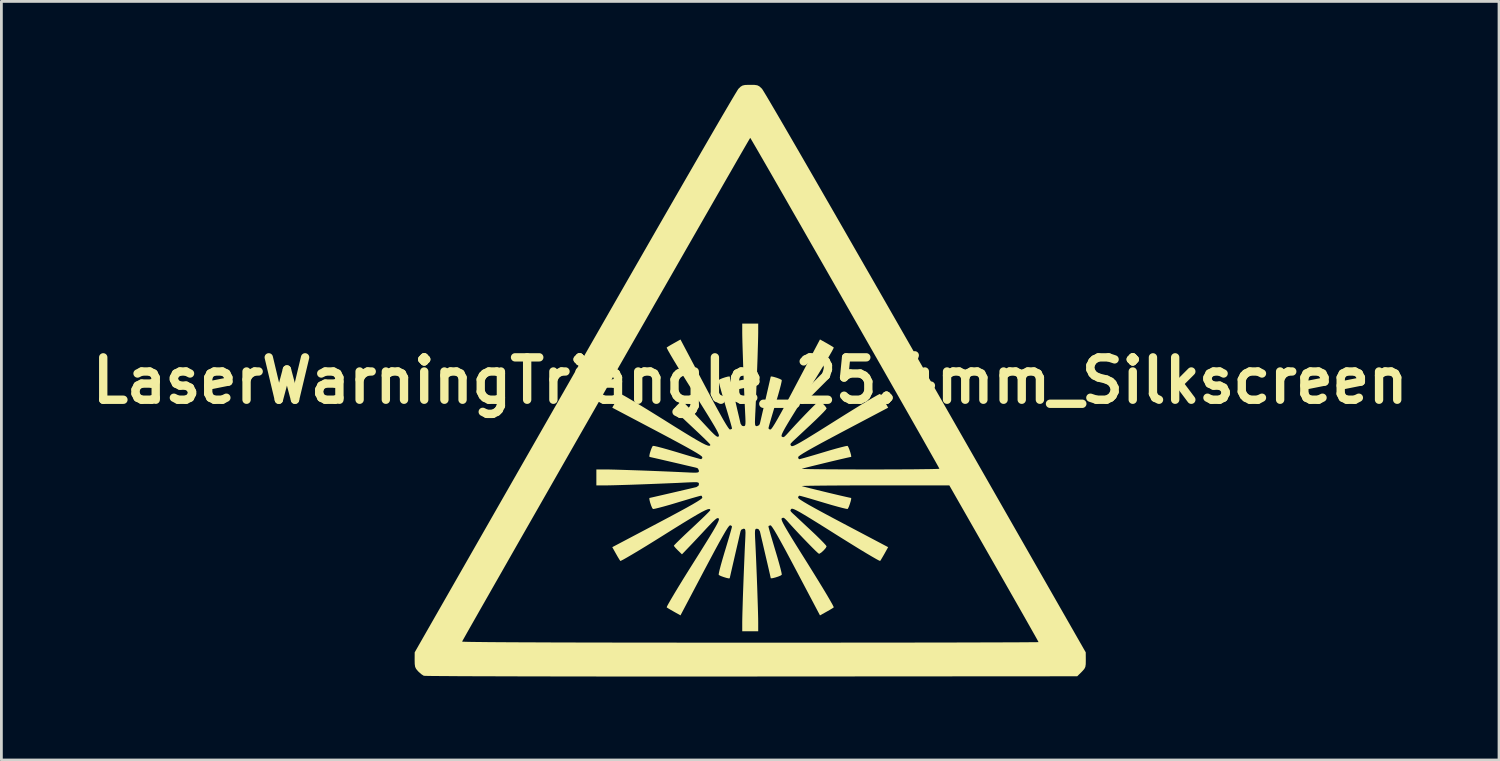
<source format=kicad_pcb>
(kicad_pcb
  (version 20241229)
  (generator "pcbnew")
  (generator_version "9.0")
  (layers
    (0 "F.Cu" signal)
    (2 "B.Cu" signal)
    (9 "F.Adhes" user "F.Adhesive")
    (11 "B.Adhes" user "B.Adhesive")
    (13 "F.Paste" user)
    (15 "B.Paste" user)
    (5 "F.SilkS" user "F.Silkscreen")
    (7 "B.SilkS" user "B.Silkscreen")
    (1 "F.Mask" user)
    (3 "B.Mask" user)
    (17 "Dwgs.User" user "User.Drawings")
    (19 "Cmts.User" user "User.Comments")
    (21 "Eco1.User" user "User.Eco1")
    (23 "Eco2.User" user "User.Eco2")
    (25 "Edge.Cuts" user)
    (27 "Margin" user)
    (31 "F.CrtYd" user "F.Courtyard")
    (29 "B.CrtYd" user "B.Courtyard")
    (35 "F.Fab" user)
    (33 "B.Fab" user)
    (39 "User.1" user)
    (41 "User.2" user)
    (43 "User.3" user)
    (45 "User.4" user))
  (footprint "LaserWarningTriangle_25.4mm_Silkscreen"
    (layer "F.Cu")
    (at 23.92 10.631)
    (property "Reference" "LaserWarningTriangle_25.4mm_Silkscreen" (at 0 0 0) (layer "F.SilkS") (effects (font (size 1.524 1.524) (thickness 0.3))))
    (attr exclude_from_pos_files exclude_from_bom)
    (fp_poly (pts (xy 0.153 -10.629) (xy 0.252 -10.615) (xy 0.325 -10.58) (xy 0.397 -10.515) (xy 0.424 -10.488) (xy 0.456 -10.44) (xy 0.527 -10.324) (xy 0.636 -10.142) (xy 0.78 -9.897) (xy 0.959 -9.592) (xy 1.17 -9.23) (xy 1.413 -8.812) (xy 1.685 -8.343) (xy 1.985 -7.824) (xy 2.312 -7.258) (xy 2.663 -6.649) (xy 3.038 -5.998) (xy 3.434 -5.309) (xy 3.85 -4.584) (xy 4.286 -3.826) (xy 4.738 -3.038) (xy 5.205 -2.222) (xy 5.686 -1.382) (xy 6.18 -0.519) (xy 6.312 -0.287) (xy 12.062 9.771) (xy 12.064 10.047) (xy 12.062 10.197) (xy 12.047 10.295) (xy 12.009 10.37) (xy 11.937 10.451) (xy 11.911 10.477) (xy 11.756 10.631) (xy 0.051 10.639) (xy -0.924 10.639) (xy -1.878 10.64) (xy -2.808 10.64) (xy -3.71 10.64) (xy -4.581 10.639) (xy -5.419 10.639) (xy -6.219 10.638) (xy -6.978 10.637) (xy -7.694 10.635) (xy -8.362 10.634) (xy -8.98 10.632) (xy -9.545 10.631) (xy -10.052 10.629) (xy -10.499 10.627) (xy -10.883 10.624) (xy -11.2 10.622) (xy -11.447 10.62) (xy -11.62 10.617) (xy -11.717 10.614) (xy -11.737 10.612) (xy -11.817 10.561) (xy -11.914 10.477) (xy -11.942 10.448) (xy -12.009 10.37) (xy -12.046 10.293) (xy -12.061 10.191) (xy -12.064 10.045) (xy -12.062 9.771) (xy -11.841 9.383) (xy -10.358 9.383) (xy -10.319 9.388) (xy -10.199 9.392) (xy -10 9.396) (xy -9.723 9.399) (xy -9.37 9.403) (xy -8.941 9.406) (xy -8.438 9.409) (xy -7.863 9.411) (xy -7.217 9.414) (xy -6.501 9.416) (xy -5.716 9.418) (xy -4.864 9.419) (xy -3.946 9.421) (xy -2.964 9.421) (xy -1.919 9.422) (xy -0.812 9.423) (xy -0.003 9.423) (xy 0.912 9.422) (xy 1.807 9.422) (xy 2.676 9.422) (xy 3.516 9.421) (xy 4.325 9.421) (xy 5.098 9.42) (xy 5.832 9.419) (xy 6.524 9.418) (xy 7.17 9.417) (xy 7.767 9.416) (xy 8.311 9.414) (xy 8.799 9.413) (xy 9.227 9.411) (xy 9.593 9.41) (xy 9.892 9.408) (xy 10.121 9.406) (xy 10.276 9.405) (xy 10.355 9.403) (xy 10.365 9.402) (xy 10.345 9.364) (xy 10.288 9.26) (xy 10.196 9.097) (xy 10.072 8.878) (xy 9.92 8.609) (xy 9.743 8.297) (xy 9.543 7.946) (xy 9.324 7.562) (xy 9.089 7.15) (xy 8.841 6.715) (xy 8.761 6.575) (xy 7.158 3.769) (xy 4.494 3.769) (xy 4.036 3.769) (xy 3.603 3.77) (xy 3.203 3.772) (xy 2.842 3.774) (xy 2.527 3.777) (xy 2.264 3.78) (xy 2.06 3.783) (xy 1.922 3.787) (xy 1.857 3.791) (xy 1.853 3.792) (xy 1.895 3.805) (xy 2.003 3.834) (xy 2.162 3.874) (xy 2.36 3.923) (xy 2.581 3.977) (xy 2.811 4.033) (xy 3.038 4.087) (xy 3.246 4.136) (xy 3.422 4.176) (xy 3.551 4.205) (xy 3.621 4.219) (xy 3.627 4.22) (xy 3.631 4.253) (xy 3.613 4.335) (xy 3.581 4.439) (xy 3.545 4.538) (xy 3.512 4.603) (xy 3.5 4.616) (xy 3.448 4.61) (xy 3.33 4.583) (xy 3.158 4.538) (xy 2.945 4.479) (xy 2.704 4.408) (xy 2.63 4.386) (xy 2.382 4.312) (xy 2.161 4.246) (xy 1.977 4.193) (xy 1.843 4.156) (xy 1.772 4.139) (xy 1.765 4.138) (xy 1.728 4.171) (xy 1.721 4.209) (xy 1.743 4.24) (xy 1.812 4.291) (xy 1.931 4.366) (xy 2.104 4.468) (xy 2.336 4.597) (xy 2.63 4.757) (xy 2.989 4.949) (xy 3.34 5.135) (xy 4.958 5.989) (xy 4.829 6.221) (xy 4.757 6.346) (xy 4.7 6.442) (xy 4.671 6.485) (xy 4.631 6.47) (xy 4.53 6.416) (xy 4.374 6.326) (xy 4.169 6.205) (xy 3.924 6.057) (xy 3.646 5.885) (xy 3.34 5.695) (xy 3.089 5.538) (xy 2.715 5.302) (xy 2.404 5.108) (xy 2.15 4.951) (xy 1.947 4.828) (xy 1.789 4.735) (xy 1.671 4.671) (xy 1.586 4.63) (xy 1.529 4.61) (xy 1.493 4.607) (xy 1.476 4.615) (xy 1.443 4.66) (xy 1.462 4.709) (xy 1.517 4.766) (xy 1.579 4.823) (xy 1.689 4.926) (xy 1.836 5.063) (xy 2.008 5.224) (xy 2.182 5.386) (xy 2.359 5.553) (xy 2.513 5.704) (xy 2.635 5.828) (xy 2.715 5.916) (xy 2.745 5.959) (xy 2.745 5.959) (xy 2.716 6.018) (xy 2.646 6.099) (xy 2.563 6.176) (xy 2.491 6.223) (xy 2.473 6.227) (xy 2.434 6.199) (xy 2.349 6.12) (xy 2.228 6) (xy 2.081 5.85) (xy 1.916 5.68) (xy 1.743 5.498) (xy 1.573 5.316) (xy 1.414 5.143) (xy 1.323 5.04) (xy 1.24 4.956) (xy 1.185 4.928) (xy 1.138 4.948) (xy 1.135 4.95) (xy 1.125 4.97) (xy 1.13 5.006) (xy 1.151 5.065) (xy 1.194 5.153) (xy 1.262 5.275) (xy 1.357 5.437) (xy 1.483 5.646) (xy 1.644 5.906) (xy 1.843 6.224) (xy 2.055 6.562) (xy 2.256 6.885) (xy 2.442 7.186) (xy 2.609 7.459) (xy 2.752 7.697) (xy 2.866 7.892) (xy 2.949 8.038) (xy 2.995 8.128) (xy 3.003 8.154) (xy 2.952 8.189) (xy 2.852 8.249) (xy 2.739 8.313) (xy 2.508 8.442) (xy 1.653 6.823) (xy 1.432 6.406) (xy 1.246 6.058) (xy 1.091 5.776) (xy 0.967 5.554) (xy 0.871 5.391) (xy 0.799 5.28) (xy 0.752 5.219) (xy 0.727 5.203) (xy 0.666 5.224) (xy 0.655 5.248) (xy 0.667 5.299) (xy 0.699 5.416) (xy 0.748 5.587) (xy 0.811 5.799) (xy 0.883 6.041) (xy 0.904 6.111) (xy 0.978 6.359) (xy 1.041 6.581) (xy 1.091 6.766) (xy 1.123 6.9) (xy 1.135 6.973) (xy 1.134 6.98) (xy 1.093 7.01) (xy 1.007 7.046) (xy 0.902 7.08) (xy 0.806 7.104) (xy 0.746 7.109) (xy 0.737 7.102) (xy 0.729 7.06) (xy 0.704 6.95) (xy 0.666 6.784) (xy 0.618 6.576) (xy 0.562 6.338) (xy 0.553 6.299) (xy 0.495 6.05) (xy 0.443 5.824) (xy 0.398 5.635) (xy 0.366 5.496) (xy 0.348 5.421) (xy 0.348 5.418) (xy 0.297 5.341) (xy 0.243 5.326) (xy 0.207 5.33) (xy 0.185 5.35) (xy 0.173 5.401) (xy 0.17 5.496) (xy 0.175 5.649) (xy 0.183 5.807) (xy 0.196 6.082) (xy 0.21 6.395) (xy 0.224 6.733) (xy 0.238 7.083) (xy 0.251 7.432) (xy 0.262 7.766) (xy 0.272 8.071) (xy 0.28 8.336) (xy 0.285 8.545) (xy 0.287 8.687) (xy 0.287 8.69) (xy 0.287 9.013) (xy -0.287 9.013) (xy -0.287 8.69) (xy -0.285 8.551) (xy -0.28 8.343) (xy -0.272 8.08) (xy -0.263 7.776) (xy -0.251 7.443) (xy -0.238 7.094) (xy -0.224 6.744) (xy -0.21 6.405) (xy -0.197 6.091) (xy -0.184 5.815) (xy -0.183 5.807) (xy -0.174 5.603) (xy -0.17 5.466) (xy -0.175 5.384) (xy -0.189 5.342) (xy -0.215 5.328) (xy -0.243 5.326) (xy -0.321 5.361) (xy -0.348 5.418) (xy -0.389 5.593) (xy -0.437 5.802) (xy -0.491 6.033) (xy -0.546 6.271) (xy -0.599 6.502) (xy -0.648 6.714) (xy -0.689 6.893) (xy -0.719 7.026) (xy -0.736 7.098) (xy -0.737 7.107) (xy -0.771 7.112) (xy -0.853 7.095) (xy -0.957 7.063) (xy -1.055 7.027) (xy -1.122 6.993) (xy -1.134 6.98) (xy -1.128 6.927) (xy -1.102 6.809) (xy -1.057 6.637) (xy -0.997 6.424) (xy -0.926 6.182) (xy -0.904 6.111) (xy -0.83 5.864) (xy -0.764 5.643) (xy -0.711 5.459) (xy -0.674 5.326) (xy -0.656 5.255) (xy -0.655 5.248) (xy -0.689 5.21) (xy -0.727 5.204) (xy -0.757 5.226) (xy -0.809 5.294) (xy -0.884 5.413) (xy -0.985 5.587) (xy -1.115 5.818) (xy -1.275 6.112) (xy -1.467 6.472) (xy -1.653 6.822) (xy -2.507 8.441) (xy -2.739 8.311) (xy -2.863 8.24) (xy -2.96 8.182) (xy -3.003 8.153) (xy -2.989 8.113) (xy -2.934 8.012) (xy -2.844 7.855) (xy -2.723 7.651) (xy -2.575 7.406) (xy -2.404 7.127) (xy -2.214 6.822) (xy -2.056 6.571) (xy -1.82 6.196) (xy -1.625 5.884) (xy -1.467 5.629) (xy -1.344 5.426) (xy -1.252 5.268) (xy -1.187 5.149) (xy -1.147 5.065) (xy -1.127 5.008) (xy -1.125 4.973) (xy -1.132 4.959) (xy -1.161 4.943) (xy -1.203 4.954) (xy -1.266 5.002) (xy -1.361 5.092) (xy -1.497 5.234) (xy -1.566 5.307) (xy -1.735 5.489) (xy -1.912 5.678) (xy -2.075 5.851) (xy -2.199 5.981) (xy -2.454 6.247) (xy -2.599 6.106) (xy -2.683 6.019) (xy -2.736 5.955) (xy -2.745 5.937) (xy -2.716 5.902) (xy -2.636 5.82) (xy -2.512 5.699) (xy -2.355 5.548) (xy -2.172 5.376) (xy -2.09 5.3) (xy -1.899 5.12) (xy -1.729 4.959) (xy -1.59 4.824) (xy -1.491 4.724) (xy -1.44 4.667) (xy -1.435 4.659) (xy -1.443 4.628) (xy -1.473 4.617) (xy -1.531 4.628) (xy -1.621 4.665) (xy -1.748 4.729) (xy -1.918 4.825) (xy -2.137 4.954) (xy -2.409 5.119) (xy -2.74 5.324) (xy -3.099 5.549) (xy -3.419 5.749) (xy -3.718 5.934) (xy -3.989 6.099) (xy -4.225 6.24) (xy -4.418 6.353) (xy -4.561 6.434) (xy -4.647 6.478) (xy -4.67 6.485) (xy -4.704 6.434) (xy -4.764 6.335) (xy -4.829 6.221) (xy -4.959 5.989) (xy -3.34 5.135) (xy -2.923 4.914) (xy -2.576 4.728) (xy -2.293 4.574) (xy -2.072 4.45) (xy -1.909 4.353) (xy -1.798 4.282) (xy -1.737 4.234) (xy -1.721 4.209) (xy -1.741 4.149) (xy -1.764 4.138) (xy -1.815 4.149) (xy -1.932 4.181) (xy -2.103 4.23) (xy -2.314 4.293) (xy -2.556 4.365) (xy -2.627 4.387) (xy -2.874 4.461) (xy -3.097 4.524) (xy -3.282 4.573) (xy -3.417 4.606) (xy -3.489 4.618) (xy -3.497 4.617) (xy -3.527 4.576) (xy -3.564 4.489) (xy -3.598 4.385) (xy -3.622 4.289) (xy -3.627 4.228) (xy -3.62 4.22) (xy -3.577 4.211) (xy -3.467 4.186) (xy -3.302 4.148) (xy -3.094 4.1) (xy -2.856 4.045) (xy -2.816 4.036) (xy -2.568 3.978) (xy -2.342 3.925) (xy -2.152 3.881) (xy -2.014 3.848) (xy -1.939 3.831) (xy -1.936 3.83) (xy -1.858 3.78) (xy -1.844 3.725) (xy -1.847 3.689) (xy -1.868 3.667) (xy -1.919 3.655) (xy -2.014 3.653) (xy -2.167 3.658) (xy -2.325 3.665) (xy -2.599 3.679) (xy -2.912 3.692) (xy -3.251 3.706) (xy -3.601 3.72) (xy -3.949 3.733) (xy -4.283 3.745) (xy -4.589 3.754) (xy -4.853 3.762) (xy -5.063 3.767) (xy -5.204 3.769) (xy -5.208 3.769) (xy -5.531 3.769) (xy -5.531 3.195) (xy -5.208 3.195) (xy -5.068 3.197) (xy -4.861 3.202) (xy -4.598 3.21) (xy -4.294 3.22) (xy -3.96 3.231) (xy -3.612 3.244) (xy -3.262 3.258) (xy -2.923 3.272) (xy -2.609 3.286) (xy -2.333 3.299) (xy -2.325 3.299) (xy -2.12 3.309) (xy -1.984 3.312) (xy -1.902 3.307) (xy -1.86 3.293) (xy -1.845 3.267) (xy -1.844 3.24) (xy -1.879 3.161) (xy -1.936 3.135) (xy -2.003 3.119) (xy -2.136 3.088) (xy -2.321 3.045) (xy -2.544 2.992) (xy -2.791 2.935) (xy -2.816 2.929) (xy -3.059 2.873) (xy -3.272 2.823) (xy -3.445 2.784) (xy -3.564 2.757) (xy -3.618 2.745) (xy -3.62 2.745) (xy -3.627 2.711) (xy -3.612 2.629) (xy -3.581 2.525) (xy -3.545 2.427) (xy -3.51 2.36) (xy -3.497 2.348) (xy -3.444 2.353) (xy -3.325 2.38) (xy -3.153 2.425) (xy -2.94 2.485) (xy -2.698 2.556) (xy -2.627 2.577) (xy -2.38 2.652) (xy -2.159 2.718) (xy -1.975 2.771) (xy -1.842 2.808) (xy -1.771 2.826) (xy -1.764 2.827) (xy -1.727 2.793) (xy -1.721 2.755) (xy -1.743 2.725) (xy -1.81 2.674) (xy -1.927 2.6) (xy -2.098 2.5) (xy -2.327 2.372) (xy -2.618 2.214) (xy -2.974 2.023) (xy -3.34 1.829) (xy -4.959 0.975) (xy -4.829 0.744) (xy -4.757 0.619) (xy -4.699 0.523) (xy -4.67 0.479) (xy -4.631 0.493) (xy -4.529 0.547) (xy -4.373 0.637) (xy -4.168 0.758) (xy -3.923 0.905) (xy -3.644 1.076) (xy -3.339 1.265) (xy -3.098 1.415) (xy -2.709 1.659) (xy -2.384 1.86) (xy -2.116 2.023) (xy -1.902 2.149) (xy -1.736 2.242) (xy -1.611 2.304) (xy -1.524 2.338) (xy -1.47 2.347) (xy -1.441 2.334) (xy -1.435 2.306) (xy -1.463 2.27) (xy -1.544 2.187) (xy -1.668 2.065) (xy -1.825 1.914) (xy -2.009 1.741) (xy -2.09 1.665) (xy -2.281 1.486) (xy -2.451 1.325) (xy -2.589 1.191) (xy -2.689 1.091) (xy -2.74 1.036) (xy -2.745 1.028) (xy -2.718 0.985) (xy -2.649 0.908) (xy -2.599 0.858) (xy -2.454 0.717) (xy -2.199 0.983) (xy -2.068 1.121) (xy -1.904 1.295) (xy -1.727 1.484) (xy -1.566 1.657) (xy -1.411 1.822) (xy -1.3 1.932) (xy -1.225 1.996) (xy -1.176 2.021) (xy -1.143 2.015) (xy -1.132 2.005) (xy -1.124 1.983) (xy -1.131 1.942) (xy -1.157 1.877) (xy -1.204 1.783) (xy -1.277 1.653) (xy -1.379 1.482) (xy -1.512 1.263) (xy -1.681 0.991) (xy -1.888 0.66) (xy -2.056 0.393) (xy -2.258 0.072) (xy -2.444 -0.228) (xy -2.61 -0.5) (xy -2.753 -0.736) (xy -2.868 -0.931) (xy -2.95 -1.075) (xy -2.995 -1.163) (xy -3.003 -1.188) (xy -2.952 -1.222) (xy -2.852 -1.282) (xy -2.739 -1.346) (xy -2.507 -1.476) (xy -1.653 0.142) (xy -1.432 0.559) (xy -1.245 0.908) (xy -1.09 1.19) (xy -0.966 1.412) (xy -0.869 1.575) (xy -0.798 1.685) (xy -0.751 1.746) (xy -0.727 1.761) (xy -0.666 1.74) (xy -0.655 1.717) (xy -0.667 1.665) (xy -0.699 1.548) (xy -0.748 1.377) (xy -0.811 1.165) (xy -0.883 0.924) (xy -0.904 0.853) (xy -0.978 0.606) (xy -1.041 0.384) (xy -1.091 0.199) (xy -1.123 0.064) (xy -1.135 -0.008) (xy -1.134 -0.016) (xy -1.094 -0.044) (xy -1.008 -0.081) (xy -0.903 -0.116) (xy -0.807 -0.142) (xy -0.746 -0.149) (xy -0.737 -0.143) (xy -0.729 -0.103) (xy -0.705 0.004) (xy -0.668 0.163) (xy -0.622 0.361) (xy -0.571 0.586) (xy -0.516 0.822) (xy -0.462 1.058) (xy -0.41 1.278) (xy -0.365 1.471) (xy -0.348 1.547) (xy -0.297 1.624) (xy -0.243 1.639) (xy -0.207 1.635) (xy -0.185 1.614) (xy -0.173 1.564) (xy -0.17 1.469) (xy -0.175 1.316) (xy -0.183 1.157) (xy -0.196 0.883) (xy -0.21 0.57) (xy -0.224 0.232) (xy -0.238 -0.119) (xy -0.251 -0.467) (xy -0.262 -0.801) (xy -0.272 -1.107) (xy -0.28 -1.371) (xy -0.285 -1.581) (xy -0.287 -1.722) (xy -0.287 -1.725) (xy -0.287 -2.048) (xy 0.287 -2.048) (xy 0.287 -1.725) (xy 0.285 -1.586) (xy 0.28 -1.379) (xy 0.272 -1.116) (xy 0.263 -0.811) (xy 0.251 -0.478) (xy 0.238 -0.13) (xy 0.224 0.221) (xy 0.21 0.559) (xy 0.197 0.873) (xy 0.184 1.149) (xy 0.183 1.157) (xy 0.174 1.362) (xy 0.17 1.498) (xy 0.175 1.581) (xy 0.189 1.622) (xy 0.215 1.637) (xy 0.243 1.639) (xy 0.321 1.603) (xy 0.348 1.547) (xy 0.389 1.372) (xy 0.437 1.162) (xy 0.491 0.932) (xy 0.546 0.694) (xy 0.599 0.462) (xy 0.648 0.25) (xy 0.689 0.071) (xy 0.719 -0.061) (xy 0.736 -0.133) (xy 0.737 -0.143) (xy 0.771 -0.148) (xy 0.853 -0.13) (xy 0.957 -0.099) (xy 1.055 -0.062) (xy 1.122 -0.028) (xy 1.134 -0.016) (xy 1.128 0.037) (xy 1.102 0.156) (xy 1.057 0.328) (xy 0.997 0.541) (xy 0.926 0.782) (xy 0.904 0.853) (xy 0.83 1.1) (xy 0.764 1.322) (xy 0.711 1.505) (xy 0.674 1.639) (xy 0.656 1.71) (xy 0.655 1.717) (xy 0.689 1.754) (xy 0.727 1.761) (xy 0.757 1.739) (xy 0.809 1.67) (xy 0.884 1.551) (xy 0.985 1.378) (xy 1.115 1.146) (xy 1.275 0.853) (xy 1.467 0.493) (xy 1.653 0.141) (xy 2.508 -1.478) (xy 2.739 -1.349) (xy 2.864 -1.277) (xy 2.96 -1.219) (xy 3.003 -1.19) (xy 2.989 -1.15) (xy 2.935 -1.048) (xy 2.845 -0.891) (xy 2.724 -0.686) (xy 2.576 -0.44) (xy 2.405 -0.161) (xy 2.215 0.145) (xy 2.055 0.402) (xy 1.82 0.777) (xy 1.625 1.089) (xy 1.468 1.343) (xy 1.345 1.547) (xy 1.253 1.704) (xy 1.189 1.822) (xy 1.148 1.907) (xy 1.128 1.963) (xy 1.126 1.998) (xy 1.135 2.015) (xy 1.183 2.037) (xy 1.237 2.012) (xy 1.318 1.93) (xy 1.323 1.924) (xy 1.469 1.762) (xy 1.633 1.584) (xy 1.805 1.401) (xy 1.976 1.222) (xy 2.136 1.058) (xy 2.275 0.918) (xy 2.384 0.812) (xy 2.453 0.749) (xy 2.473 0.737) (xy 2.533 0.766) (xy 2.615 0.834) (xy 2.693 0.917) (xy 2.74 0.987) (xy 2.745 1.005) (xy 2.716 1.047) (xy 2.636 1.135) (xy 2.515 1.258) (xy 2.361 1.409) (xy 2.184 1.576) (xy 2.182 1.579) (xy 1.997 1.751) (xy 1.826 1.911) (xy 1.681 2.046) (xy 1.573 2.146) (xy 1.517 2.199) (xy 1.453 2.268) (xy 1.446 2.314) (xy 1.476 2.35) (xy 1.498 2.359) (xy 1.537 2.353) (xy 1.599 2.329) (xy 1.689 2.284) (xy 1.814 2.215) (xy 1.979 2.118) (xy 2.19 1.989) (xy 2.454 1.826) (xy 2.776 1.624) (xy 3.089 1.427) (xy 3.411 1.225) (xy 3.711 1.039) (xy 3.983 0.872) (xy 4.219 0.73) (xy 4.413 0.615) (xy 4.558 0.533) (xy 4.646 0.487) (xy 4.671 0.48) (xy 4.704 0.53) (xy 4.764 0.63) (xy 4.829 0.744) (xy 4.958 0.975) (xy 3.34 1.829) (xy 2.923 2.051) (xy 2.575 2.237) (xy 2.292 2.392) (xy 2.071 2.516) (xy 1.907 2.613) (xy 1.797 2.684) (xy 1.736 2.732) (xy 1.721 2.755) (xy 1.741 2.816) (xy 1.765 2.827) (xy 1.816 2.815) (xy 1.932 2.784) (xy 2.103 2.735) (xy 2.315 2.673) (xy 2.557 2.601) (xy 2.63 2.579) (xy 2.878 2.505) (xy 3.1 2.442) (xy 3.285 2.393) (xy 3.42 2.36) (xy 3.492 2.348) (xy 3.5 2.349) (xy 3.527 2.389) (xy 3.563 2.475) (xy 3.598 2.579) (xy 3.624 2.675) (xy 3.632 2.736) (xy 3.627 2.745) (xy 3.576 2.754) (xy 3.461 2.779) (xy 3.297 2.817) (xy 3.096 2.864) (xy 2.873 2.917) (xy 2.642 2.973) (xy 2.417 3.028) (xy 2.212 3.078) (xy 2.041 3.121) (xy 1.918 3.153) (xy 1.857 3.171) (xy 1.853 3.172) (xy 1.889 3.177) (xy 1.999 3.18) (xy 2.178 3.184) (xy 2.417 3.187) (xy 2.711 3.19) (xy 3.052 3.192) (xy 3.433 3.194) (xy 3.848 3.195) (xy 4.289 3.195) (xy 4.315 3.195) (xy 4.758 3.195) (xy 5.176 3.194) (xy 5.561 3.192) (xy 5.907 3.19) (xy 6.207 3.186) (xy 6.453 3.183) (xy 6.639 3.179) (xy 6.757 3.175) (xy 6.801 3.17) (xy 6.801 3.17) (xy 6.781 3.131) (xy 6.723 3.026) (xy 6.629 2.859) (xy 6.502 2.635) (xy 6.345 2.358) (xy 6.161 2.032) (xy 5.95 1.662) (xy 5.718 1.253) (xy 5.465 0.809) (xy 5.194 0.334) (xy 4.909 -0.167) (xy 4.611 -0.689) (xy 4.303 -1.228) (xy 3.988 -1.78) (xy 3.668 -2.34) (xy 3.346 -2.903) (xy 3.024 -3.465) (xy 2.706 -4.022) (xy 2.393 -4.568) (xy 2.088 -5.1) (xy 1.794 -5.614) (xy 1.513 -6.103) (xy 1.249 -6.565) (xy 1.002 -6.994) (xy 0.777 -7.387) (xy 0.575 -7.737) (xy 0.399 -8.042) (xy 0.252 -8.297) (xy 0.136 -8.496) (xy 0.054 -8.636) (xy 0.009 -8.712) (xy 0 -8.725) (xy -0.021 -8.69) (xy -0.081 -8.588) (xy -0.178 -8.421) (xy -0.309 -8.195) (xy -0.472 -7.912) (xy -0.665 -7.575) (xy -0.887 -7.19) (xy -1.134 -6.759) (xy -1.405 -6.286) (xy -1.699 -5.774) (xy -2.012 -5.228) (xy -2.343 -4.651) (xy -2.689 -4.046) (xy -3.049 -3.417) (xy -3.421 -2.769) (xy -3.801 -2.103) (xy -4.19 -1.425) (xy -4.583 -0.738) (xy -4.979 -0.045) (xy -5.377 0.65) (xy -5.773 1.343) (xy -6.167 2.031) (xy -6.555 2.71) (xy -6.936 3.377) (xy -7.307 4.027) (xy -7.667 4.657) (xy -8.014 5.264) (xy -8.345 5.843) (xy -8.658 6.392) (xy -8.951 6.907) (xy -9.223 7.383) (xy -9.47 7.817) (xy -9.692 8.206) (xy -9.885 8.546) (xy -10.049 8.834) (xy -10.18 9.065) (xy -10.276 9.236) (xy -10.336 9.343) (xy -10.358 9.383) (xy -11.841 9.383) (xy -6.312 -0.287) (xy -5.816 -1.155) (xy -5.331 -2.002) (xy -4.86 -2.824) (xy -4.404 -3.62) (xy -3.964 -4.386) (xy -3.543 -5.12) (xy -3.141 -5.819) (xy -2.76 -6.48) (xy -2.402 -7.101) (xy -2.069 -7.678) (xy -1.762 -8.21) (xy -1.482 -8.693) (xy -1.232 -9.124) (xy -1.012 -9.502) (xy -0.824 -9.822) (xy -0.671 -10.083) (xy -0.552 -10.282) (xy -0.471 -10.416) (xy -0.429 -10.482) (xy -0.424 -10.488) (xy -0.346 -10.564) (xy -0.276 -10.606) (xy -0.188 -10.626) (xy -0.055 -10.631) (xy 0 -10.631)) (stroke (width 0) (type solid)) (fill yes) (layer "F.SilkS")))
  (gr_rect
    (start -3 -3)
    (end 50.839 24.271)
    (stroke (width 0.1) (type default))
    (fill no)
    (layer "Edge.Cuts")))
</source>
